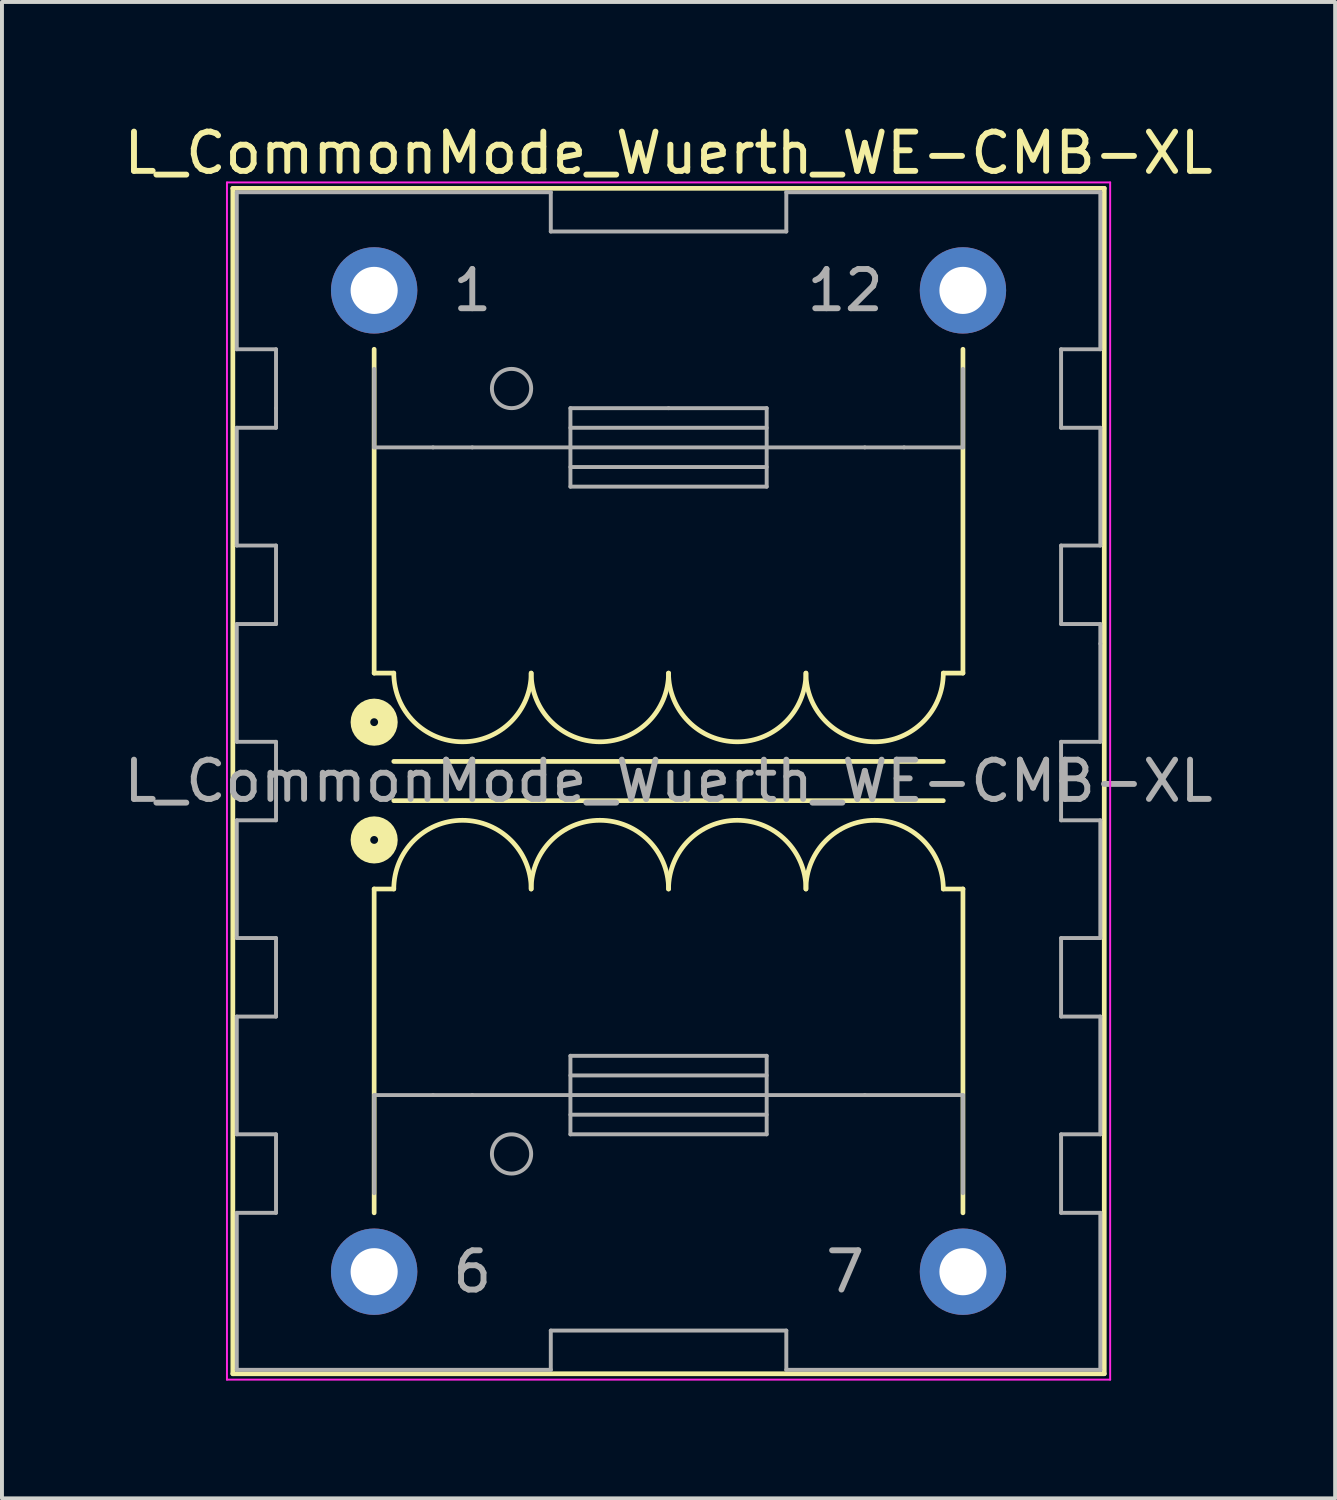
<source format=kicad_pcb>
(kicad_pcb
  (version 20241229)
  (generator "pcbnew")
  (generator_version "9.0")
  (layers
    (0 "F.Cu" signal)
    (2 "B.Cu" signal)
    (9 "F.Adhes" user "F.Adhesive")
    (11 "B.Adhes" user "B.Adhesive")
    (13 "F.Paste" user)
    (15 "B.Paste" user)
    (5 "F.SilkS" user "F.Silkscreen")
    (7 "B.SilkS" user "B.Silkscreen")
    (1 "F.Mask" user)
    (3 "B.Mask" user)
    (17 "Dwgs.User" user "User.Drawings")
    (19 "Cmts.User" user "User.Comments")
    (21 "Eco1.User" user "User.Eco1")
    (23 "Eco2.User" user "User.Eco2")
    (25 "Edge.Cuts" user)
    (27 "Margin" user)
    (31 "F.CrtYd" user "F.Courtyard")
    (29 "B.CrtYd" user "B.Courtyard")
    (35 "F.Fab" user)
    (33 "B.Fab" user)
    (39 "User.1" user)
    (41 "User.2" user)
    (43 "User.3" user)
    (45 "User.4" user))
  (footprint "L_CommonMode_Wuerth_WE-CMB-XL"
    (layer "F.Cu")
    (at 6.482 4.348)
    (property "Reference" "L_CommonMode_Wuerth_WE-CMB-XL" (at 7.5 -3.5 0) (layer "F.SilkS") (effects (font (size 1 1) (thickness 0.15))))
    (attr through_hole)
    (fp_line (start -3.6 -2.6) (end -3.6 27.6) (stroke (width 0.12) (type solid)) (layer "F.SilkS"))
    (fp_line (start -3.6 27.6) (end 18.6 27.6) (stroke (width 0.12) (type solid)) (layer "F.SilkS"))
    (fp_line (start 0 9.75) (end 0 1.5) (stroke (width 0.12) (type solid)) (layer "F.SilkS"))
    (fp_line (start 0 15.25) (end 0 23.5) (stroke (width 0.12) (type solid)) (layer "F.SilkS"))
    (fp_line (start 0.5 9.75) (end 0 9.75) (stroke (width 0.12) (type solid)) (layer "F.SilkS"))
    (fp_line (start 0.5 12) (end 14.5 12) (stroke (width 0.12) (type solid)) (layer "F.SilkS"))
    (fp_line (start 0.5 13) (end 14.5 13) (stroke (width 0.12) (type solid)) (layer "F.SilkS"))
    (fp_line (start 0.5 15.25) (end 0 15.25) (stroke (width 0.12) (type solid)) (layer "F.SilkS"))
    (fp_line (start 14.5 9.75) (end 15 9.75) (stroke (width 0.12) (type solid)) (layer "F.SilkS"))
    (fp_line (start 14.5 15.25) (end 15 15.25) (stroke (width 0.12) (type solid)) (layer "F.SilkS"))
    (fp_line (start 15 9.75) (end 15 1.5) (stroke (width 0.12) (type solid)) (layer "F.SilkS"))
    (fp_line (start 15 15.25) (end 15 23.5) (stroke (width 0.12) (type solid)) (layer "F.SilkS"))
    (fp_line (start 18.6 -2.6) (end -3.6 -2.6) (stroke (width 0.12) (type solid)) (layer "F.SilkS"))
    (fp_line (start 18.6 27.6) (end 18.6 -2.6) (stroke (width 0.12) (type solid)) (layer "F.SilkS"))
    (fp_arc (start 0.5 15.25) (mid 2.25 13.5) (end 4 15.25) (stroke (width 0.12) (type solid)) (layer "F.SilkS"))
    (fp_arc (start 4 9.75) (mid 2.25 11.5) (end 0.5 9.75) (stroke (width 0.12) (type solid)) (layer "F.SilkS"))
    (fp_arc (start 4 15.25) (mid 5.75 13.5) (end 7.5 15.25) (stroke (width 0.12) (type solid)) (layer "F.SilkS"))
    (fp_arc (start 7.5 9.75) (mid 5.75 11.5) (end 4 9.75) (stroke (width 0.12) (type solid)) (layer "F.SilkS"))
    (fp_arc (start 7.5 15.25) (mid 9.25 13.5) (end 11 15.25) (stroke (width 0.12) (type solid)) (layer "F.SilkS"))
    (fp_arc (start 11 9.75) (mid 9.25 11.5) (end 7.5 9.75) (stroke (width 0.12) (type solid)) (layer "F.SilkS"))
    (fp_arc (start 11 15.25) (mid 12.75 13.5) (end 14.5 15.25) (stroke (width 0.12) (type solid)) (layer "F.SilkS"))
    (fp_arc (start 14.5 9.75) (mid 12.75 11.5) (end 11 9.75) (stroke (width 0.12) (type solid)) (layer "F.SilkS"))
    (fp_circle (center 0 11) (end 0.1 11) (stroke (width 0.5) (type solid)) (fill no) (layer "F.SilkS"))
    (fp_circle (center 0 14) (end 0.1 14) (stroke (width 0.5) (type solid)) (fill no) (layer "F.SilkS"))
    (fp_line (start -3.75 -2.75) (end 18.75 -2.75) (stroke (width 0.05) (type solid)) (layer "F.CrtYd"))
    (fp_line (start -3.75 27.75) (end -3.75 -2.75) (stroke (width 0.05) (type solid)) (layer "F.CrtYd"))
    (fp_line (start 18.75 -2.75) (end 18.75 27.75) (stroke (width 0.05) (type solid)) (layer "F.CrtYd"))
    (fp_line (start 18.75 27.75) (end -3.75 27.75) (stroke (width 0.05) (type solid)) (layer "F.CrtYd"))
    (fp_line (start -3.5 -2.5) (end -3.5 1.5) (stroke (width 0.1) (type solid)) (layer "F.Fab"))
    (fp_line (start -3.5 1.5) (end -2.5 1.5) (stroke (width 0.1) (type solid)) (layer "F.Fab"))
    (fp_line (start -3.5 3.5) (end -3.5 6.5) (stroke (width 0.1) (type solid)) (layer "F.Fab"))
    (fp_line (start -3.5 6.5) (end -2.5 6.5) (stroke (width 0.1) (type solid)) (layer "F.Fab"))
    (fp_line (start -3.5 8.5) (end -3.5 11.5) (stroke (width 0.1) (type solid)) (layer "F.Fab"))
    (fp_line (start -3.5 11.5) (end -2.5 11.5) (stroke (width 0.1) (type solid)) (layer "F.Fab"))
    (fp_line (start -3.5 13.5) (end -3.5 16.5) (stroke (width 0.1) (type solid)) (layer "F.Fab"))
    (fp_line (start -3.5 16.5) (end -2.5 16.5) (stroke (width 0.1) (type solid)) (layer "F.Fab"))
    (fp_line (start -3.5 18.5) (end -3.5 21.5) (stroke (width 0.1) (type solid)) (layer "F.Fab"))
    (fp_line (start -3.5 21.5) (end -2.5 21.5) (stroke (width 0.1) (type solid)) (layer "F.Fab"))
    (fp_line (start -3.5 23.5) (end -3.5 27.5) (stroke (width 0.1) (type solid)) (layer "F.Fab"))
    (fp_line (start -2.5 1.5) (end -2.5 3) (stroke (width 0.1) (type solid)) (layer "F.Fab"))
    (fp_line (start -2.5 3) (end -2.5 3.5) (stroke (width 0.1) (type solid)) (layer "F.Fab"))
    (fp_line (start -2.5 3.5) (end -3.5 3.5) (stroke (width 0.1) (type solid)) (layer "F.Fab"))
    (fp_line (start -2.5 6.5) (end -2.5 8.5) (stroke (width 0.1) (type solid)) (layer "F.Fab"))
    (fp_line (start -2.5 8.5) (end -3.5 8.5) (stroke (width 0.1) (type solid)) (layer "F.Fab"))
    (fp_line (start -2.5 11.5) (end -2.5 13.5) (stroke (width 0.1) (type solid)) (layer "F.Fab"))
    (fp_line (start -2.5 13.5) (end -3.5 13.5) (stroke (width 0.1) (type solid)) (layer "F.Fab"))
    (fp_line (start -2.5 16.5) (end -2.5 18.5) (stroke (width 0.1) (type solid)) (layer "F.Fab"))
    (fp_line (start -2.5 18.5) (end -3.5 18.5) (stroke (width 0.1) (type solid)) (layer "F.Fab"))
    (fp_line (start -2.5 21.5) (end -2.5 23.5) (stroke (width 0.1) (type solid)) (layer "F.Fab"))
    (fp_line (start -2.5 23.5) (end -3.5 23.5) (stroke (width 0.1) (type solid)) (layer "F.Fab"))
    (fp_line (start 0 4) (end 0 2) (stroke (width 0.1) (type solid)) (layer "F.Fab"))
    (fp_line (start 0 20.5) (end 0 23) (stroke (width 0.1) (type solid)) (layer "F.Fab"))
    (fp_line (start 1.5 4) (end 0 4) (stroke (width 0.1) (type solid)) (layer "F.Fab"))
    (fp_line (start 1.5 20.5) (end 0 20.5) (stroke (width 0.1) (type solid)) (layer "F.Fab"))
    (fp_line (start 2.5 4) (end 1.5 4) (stroke (width 0.1) (type solid)) (layer "F.Fab"))
    (fp_line (start 2.5 20.5) (end 1.5 20.5) (stroke (width 0.1) (type solid)) (layer "F.Fab"))
    (fp_line (start 2.5 20.5) (end 5 20.5) (stroke (width 0.1) (type solid)) (layer "F.Fab"))
    (fp_line (start 4.5 -2.5) (end -3.5 -2.5) (stroke (width 0.1) (type solid)) (layer "F.Fab"))
    (fp_line (start 4.5 -1.5) (end 4.5 -2.5) (stroke (width 0.1) (type solid)) (layer "F.Fab"))
    (fp_line (start 4.5 26.5) (end 4.5 27.5) (stroke (width 0.1) (type solid)) (layer "F.Fab"))
    (fp_line (start 4.5 27.5) (end -3.5 27.5) (stroke (width 0.1) (type solid)) (layer "F.Fab"))
    (fp_line (start 5 3) (end 7.5 3) (stroke (width 0.1) (type solid)) (layer "F.Fab"))
    (fp_line (start 5 4) (end 2.5 4) (stroke (width 0.1) (type solid)) (layer "F.Fab"))
    (fp_line (start 5 4) (end 10 4) (stroke (width 0.1) (type solid)) (layer "F.Fab"))
    (fp_line (start 5 4.5) (end 10 4.5) (stroke (width 0.1) (type solid)) (layer "F.Fab"))
    (fp_line (start 5 5) (end 5 3) (stroke (width 0.1) (type solid)) (layer "F.Fab"))
    (fp_line (start 5 19.5) (end 10 19.5) (stroke (width 0.1) (type solid)) (layer "F.Fab"))
    (fp_line (start 5 21) (end 10 21) (stroke (width 0.1) (type solid)) (layer "F.Fab"))
    (fp_line (start 5 21.5) (end 5 19.5) (stroke (width 0.1) (type solid)) (layer "F.Fab"))
    (fp_line (start 7.5 3) (end 10 3) (stroke (width 0.1) (type solid)) (layer "F.Fab"))
    (fp_line (start 10 3) (end 10 5) (stroke (width 0.1) (type solid)) (layer "F.Fab"))
    (fp_line (start 10 3.5) (end 5 3.5) (stroke (width 0.1) (type solid)) (layer "F.Fab"))
    (fp_line (start 10 4) (end 12.5 4) (stroke (width 0.1) (type solid)) (layer "F.Fab"))
    (fp_line (start 10 5) (end 5 5) (stroke (width 0.1) (type solid)) (layer "F.Fab"))
    (fp_line (start 10 19.5) (end 10 21.5) (stroke (width 0.1) (type solid)) (layer "F.Fab"))
    (fp_line (start 10 20) (end 5 20) (stroke (width 0.1) (type solid)) (layer "F.Fab"))
    (fp_line (start 10 20.5) (end 5 20.5) (stroke (width 0.1) (type solid)) (layer "F.Fab"))
    (fp_line (start 10 21.5) (end 5 21.5) (stroke (width 0.1) (type solid)) (layer "F.Fab"))
    (fp_line (start 10.5 -2.5) (end 10.5 -1.5) (stroke (width 0.1) (type solid)) (layer "F.Fab"))
    (fp_line (start 10.5 -1.5) (end 4.5 -1.5) (stroke (width 0.1) (type solid)) (layer "F.Fab"))
    (fp_line (start 10.5 26.5) (end 4.5 26.5) (stroke (width 0.1) (type solid)) (layer "F.Fab"))
    (fp_line (start 10.5 27.5) (end 10.5 26.5) (stroke (width 0.1) (type solid)) (layer "F.Fab"))
    (fp_line (start 12.5 4) (end 13.5 4) (stroke (width 0.1) (type solid)) (layer "F.Fab"))
    (fp_line (start 12.5 20.5) (end 10 20.5) (stroke (width 0.1) (type solid)) (layer "F.Fab"))
    (fp_line (start 12.5 20.5) (end 15 20.5) (stroke (width 0.1) (type solid)) (layer "F.Fab"))
    (fp_line (start 13.5 4) (end 15 4) (stroke (width 0.1) (type solid)) (layer "F.Fab"))
    (fp_line (start 15 4) (end 15 2) (stroke (width 0.1) (type solid)) (layer "F.Fab"))
    (fp_line (start 15 20.5) (end 15 23) (stroke (width 0.1) (type solid)) (layer "F.Fab"))
    (fp_line (start 17.5 1.5) (end 18.5 1.5) (stroke (width 0.1) (type solid)) (layer "F.Fab"))
    (fp_line (start 17.5 3.5) (end 17.5 1.5) (stroke (width 0.1) (type solid)) (layer "F.Fab"))
    (fp_line (start 17.5 6.5) (end 18.5 6.5) (stroke (width 0.1) (type solid)) (layer "F.Fab"))
    (fp_line (start 17.5 8.5) (end 17.5 6.5) (stroke (width 0.1) (type solid)) (layer "F.Fab"))
    (fp_line (start 17.5 11.5) (end 18.5 11.5) (stroke (width 0.1) (type solid)) (layer "F.Fab"))
    (fp_line (start 17.5 12.5) (end 17.5 11.5) (stroke (width 0.1) (type solid)) (layer "F.Fab"))
    (fp_line (start 17.5 12.5) (end 17.5 13.5) (stroke (width 0.1) (type solid)) (layer "F.Fab"))
    (fp_line (start 17.5 13.5) (end 18.5 13.5) (stroke (width 0.1) (type solid)) (layer "F.Fab"))
    (fp_line (start 17.5 16.5) (end 17.5 18.5) (stroke (width 0.1) (type solid)) (layer "F.Fab"))
    (fp_line (start 17.5 18.5) (end 18.5 18.5) (stroke (width 0.1) (type solid)) (layer "F.Fab"))
    (fp_line (start 17.5 21.5) (end 17.5 23.5) (stroke (width 0.1) (type solid)) (layer "F.Fab"))
    (fp_line (start 17.5 23.5) (end 18.5 23.5) (stroke (width 0.1) (type solid)) (layer "F.Fab"))
    (fp_line (start 18.5 -2.5) (end 10.5 -2.5) (stroke (width 0.1) (type solid)) (layer "F.Fab"))
    (fp_line (start 18.5 1.5) (end 18.5 -2.5) (stroke (width 0.1) (type solid)) (layer "F.Fab"))
    (fp_line (start 18.5 3.5) (end 17.5 3.5) (stroke (width 0.1) (type solid)) (layer "F.Fab"))
    (fp_line (start 18.5 6.5) (end 18.5 3.5) (stroke (width 0.1) (type solid)) (layer "F.Fab"))
    (fp_line (start 18.5 8.5) (end 17.5 8.5) (stroke (width 0.1) (type solid)) (layer "F.Fab"))
    (fp_line (start 18.5 9) (end 18.5 8.5) (stroke (width 0.1) (type solid)) (layer "F.Fab"))
    (fp_line (start 18.5 11.5) (end 18.5 9) (stroke (width 0.1) (type solid)) (layer "F.Fab"))
    (fp_line (start 18.5 13.5) (end 18.5 16.5) (stroke (width 0.1) (type solid)) (layer "F.Fab"))
    (fp_line (start 18.5 16.5) (end 17.5 16.5) (stroke (width 0.1) (type solid)) (layer "F.Fab"))
    (fp_line (start 18.5 18.5) (end 18.5 21.5) (stroke (width 0.1) (type solid)) (layer "F.Fab"))
    (fp_line (start 18.5 21.5) (end 17.5 21.5) (stroke (width 0.1) (type solid)) (layer "F.Fab"))
    (fp_line (start 18.5 23.5) (end 18.5 27.5) (stroke (width 0.1) (type solid)) (layer "F.Fab"))
    (fp_line (start 18.5 27.5) (end 10.5 27.5) (stroke (width 0.1) (type solid)) (layer "F.Fab"))
    (fp_circle (center 3.5 2.5) (end 4 2.5) (stroke (width 0.1) (type solid)) (fill no) (layer "F.Fab"))
    (fp_circle (center 3.5 22) (end 4 22) (stroke (width 0.1) (type solid)) (fill no) (layer "F.Fab"))
    (fp_text user "1" (at 2.5 0 0) (layer "F.Fab") (effects (font (size 1 1) (thickness 0.15))))
    (fp_text user "6" (at 2.5 25 0) (layer "F.Fab") (effects (font (size 1 1) (thickness 0.15))))
    (fp_text user "12" (at 12 0 0) (layer "F.Fab") (effects (font (size 1 1) (thickness 0.15))))
    (fp_text user "${REFERENCE}" (at 7.5 12.5 0) (layer "F.Fab") (effects (font (size 1 1) (thickness 0.15))))
    (fp_text user "7" (at 12 25 0) (layer "F.Fab") (effects (font (size 1 1) (thickness 0.15))))
    (pad "1" thru_hole circle (at 0 0) (size 2.2 2.2) (drill 1.2) (layers "*.Cu" "*.Mask"))
    (pad "6" thru_hole circle (at 0 25) (size 2.2 2.2) (drill 1.2) (layers "*.Cu" "*.Mask"))
    (pad "7" thru_hole circle (at 15 25) (size 2.2 2.2) (drill 1.2) (layers "*.Cu" "*.Mask"))
    (pad "12" thru_hole circle (at 15 0) (size 2.2 2.2) (drill 1.2) (layers "*.Cu" "*.Mask")))
  (gr_rect
    (start -3 -3)
    (end 30.964 35.123)
    (stroke (width 0.1) (type default))
    (fill no)
    (layer "Edge.Cuts")))
</source>
